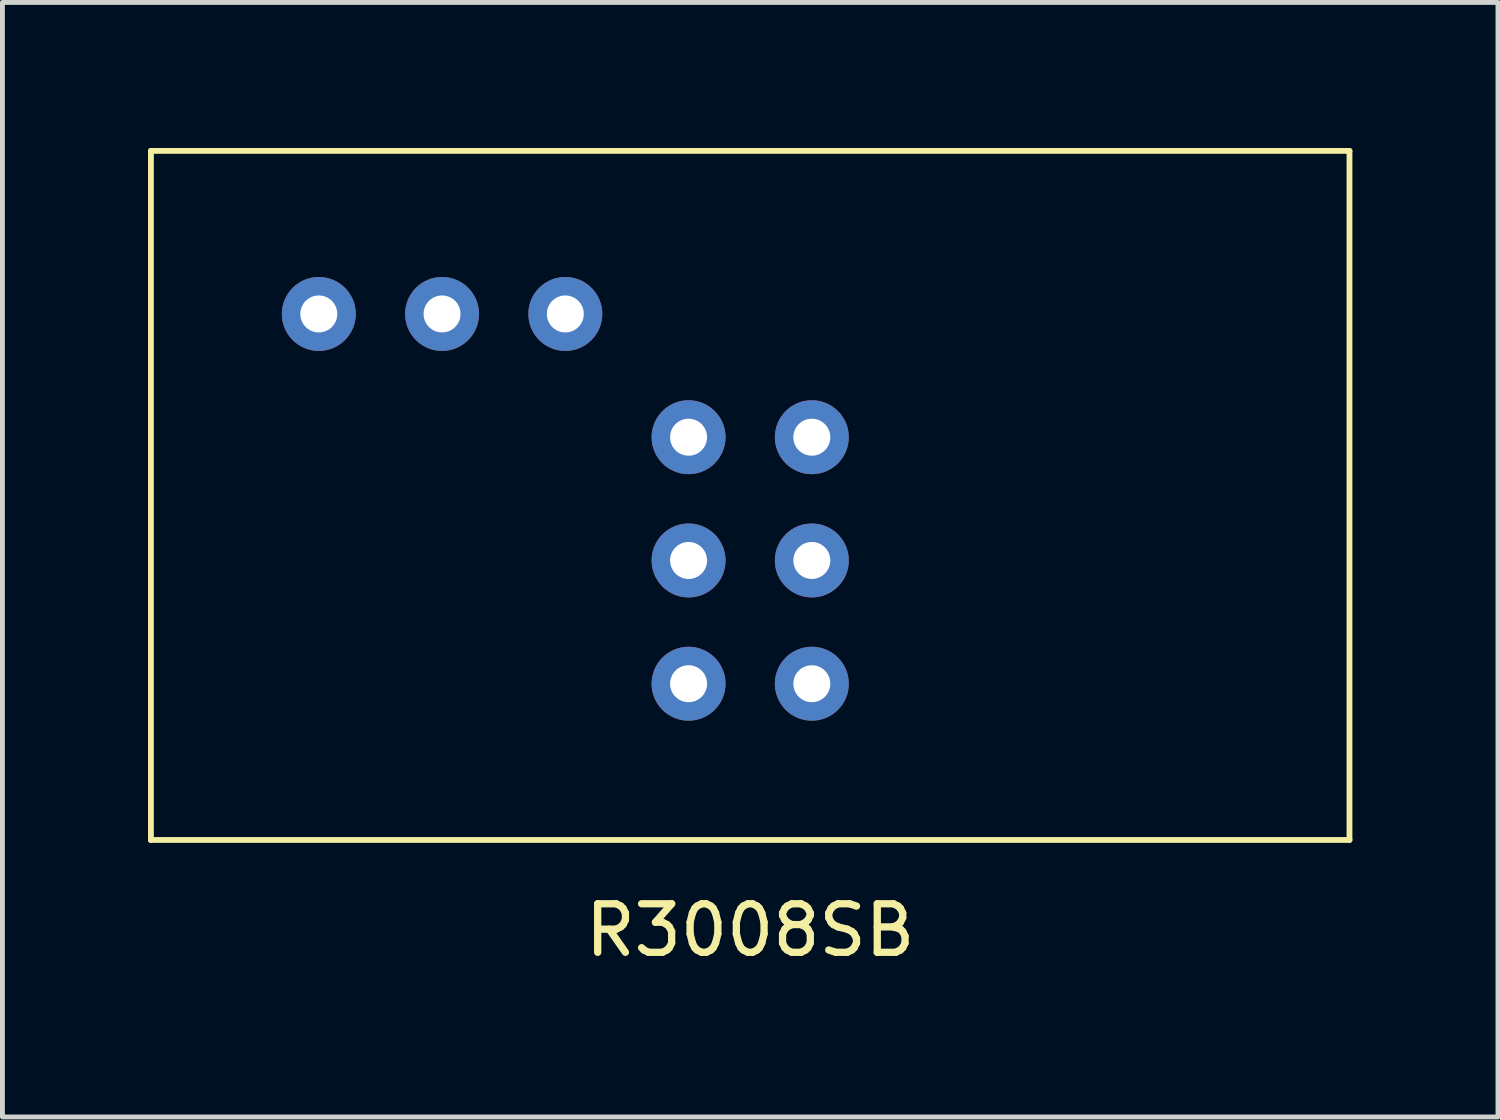
<source format=kicad_pcb>
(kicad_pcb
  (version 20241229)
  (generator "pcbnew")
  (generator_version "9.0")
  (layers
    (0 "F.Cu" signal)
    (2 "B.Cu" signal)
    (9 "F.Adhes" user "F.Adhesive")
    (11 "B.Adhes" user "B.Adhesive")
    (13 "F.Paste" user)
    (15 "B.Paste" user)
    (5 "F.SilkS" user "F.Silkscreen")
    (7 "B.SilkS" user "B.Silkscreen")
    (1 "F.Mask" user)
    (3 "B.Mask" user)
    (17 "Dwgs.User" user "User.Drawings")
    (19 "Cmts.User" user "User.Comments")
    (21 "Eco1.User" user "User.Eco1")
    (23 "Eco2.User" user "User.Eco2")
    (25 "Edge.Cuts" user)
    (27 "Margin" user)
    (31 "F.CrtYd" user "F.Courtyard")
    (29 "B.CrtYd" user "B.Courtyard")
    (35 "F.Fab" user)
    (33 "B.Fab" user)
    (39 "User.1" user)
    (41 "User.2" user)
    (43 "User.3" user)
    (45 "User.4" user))
  (footprint "R3008SB"
    (layer "F.Cu")
    (at 12.41 5.96)
    (property "Reference" "R3008SB" (at 0 10.16 0) (layer "F.SilkS") (effects (font (size 1 1) (thickness 0.15))))
    (attr through_hole)
    (fp_line (start -12.35 -5.9) (end -12.35 8.3) (stroke (width 0.12) (type solid)) (layer "F.SilkS"))
    (fp_line (start -12.35 8.3) (end 12.35 8.3) (stroke (width 0.12) (type solid)) (layer "F.SilkS"))
    (fp_line (start 12.35 -5.9) (end -12.35 -5.9) (stroke (width 0.12) (type solid)) (layer "F.SilkS"))
    (fp_line (start 12.35 8.3) (end 12.35 -5.9) (stroke (width 0.12) (type solid)) (layer "F.SilkS"))
    (pad "" thru_hole circle (at -1.27 0) (size 1.524 1.524) (drill 0.762) (layers "*.Cu" "*.Mask"))
    (pad "" thru_hole circle (at -1.27 2.54) (size 1.524 1.524) (drill 0.762) (layers "*.Cu" "*.Mask"))
    (pad "" thru_hole circle (at -1.27 5.08) (size 1.524 1.524) (drill 0.762) (layers "*.Cu" "*.Mask"))
    (pad "" thru_hole circle (at 1.27 0) (size 1.524 1.524) (drill 0.762) (layers "*.Cu" "*.Mask"))
    (pad "" thru_hole circle (at 1.27 2.54) (size 1.524 1.524) (drill 0.762) (layers "*.Cu" "*.Mask"))
    (pad "" thru_hole circle (at 1.27 5.08) (size 1.524 1.524) (drill 0.762) (layers "*.Cu" "*.Mask"))
    (pad "1" thru_hole circle (at -3.81 -2.54) (size 1.524 1.524) (drill 0.762) (layers "*.Cu" "*.Mask"))
    (pad "2" thru_hole circle (at -6.35 -2.54) (size 1.524 1.524) (drill 0.762) (layers "*.Cu" "*.Mask"))
    (pad "3" thru_hole circle (at -8.89 -2.54) (size 1.524 1.524) (drill 0.762) (layers "*.Cu" "*.Mask")))
  (gr_rect
    (start -3 -3)
    (end 27.82 19.968)
    (stroke (width 0.1) (type default))
    (fill no)
    (layer "Edge.Cuts")))
</source>
